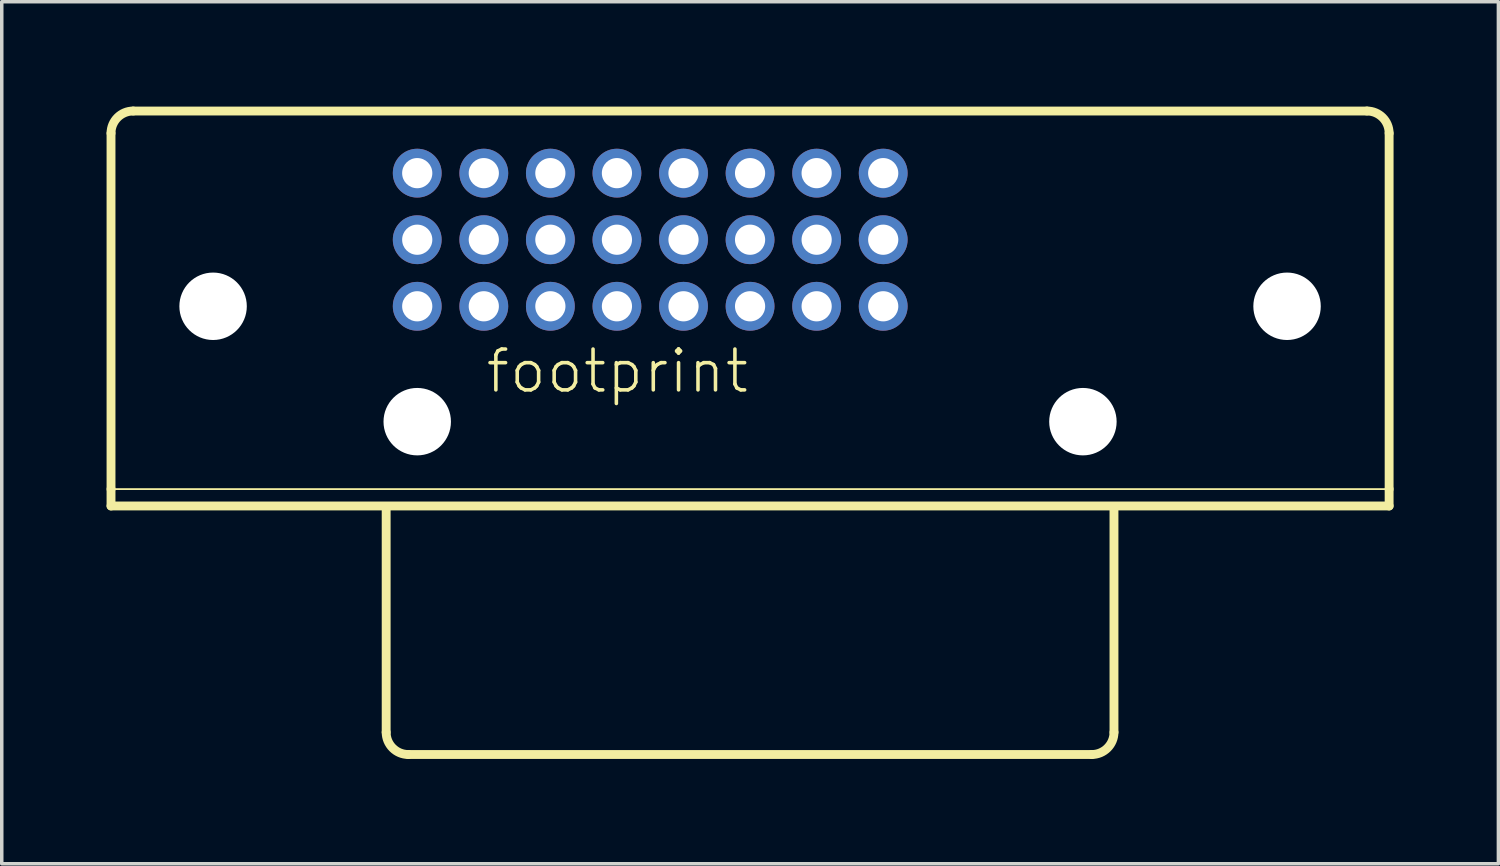
<source format=kicad_pcb>
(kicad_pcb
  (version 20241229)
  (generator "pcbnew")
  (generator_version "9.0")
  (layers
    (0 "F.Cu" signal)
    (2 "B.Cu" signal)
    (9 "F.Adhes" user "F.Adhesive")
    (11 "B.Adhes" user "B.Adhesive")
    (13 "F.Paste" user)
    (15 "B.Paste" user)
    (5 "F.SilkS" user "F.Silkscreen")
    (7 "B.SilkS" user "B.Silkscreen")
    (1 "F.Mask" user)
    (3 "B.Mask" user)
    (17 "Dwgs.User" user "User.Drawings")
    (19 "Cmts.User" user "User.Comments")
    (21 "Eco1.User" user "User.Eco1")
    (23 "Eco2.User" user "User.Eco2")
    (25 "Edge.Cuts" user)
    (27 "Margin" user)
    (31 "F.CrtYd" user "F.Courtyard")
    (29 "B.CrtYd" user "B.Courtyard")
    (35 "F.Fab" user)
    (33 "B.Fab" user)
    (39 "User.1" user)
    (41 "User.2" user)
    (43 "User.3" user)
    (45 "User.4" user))
  (footprint "footprint"
    (layer "F.Cu")
    (at 18.415 8.89)
    (property "Reference" "footprint" (at -7.62 -0.635 0) (layer "F.SilkS") (effects (font (size 1.168 1.168) (thickness 0.102)) (justify left bottom)))
    (fp_line (start -18.288 -8.128) (end -18.288 2.057) (stroke (width 0.254) (type solid)) (layer "F.SilkS"))
    (fp_line (start -18.288 2.057) (end -18.288 2.54) (stroke (width 0.254) (type solid)) (layer "F.SilkS"))
    (fp_line (start -18.288 2.057) (end 18.288 2.057) (stroke (width 0.051) (type solid)) (layer "F.SilkS"))
    (fp_line (start -18.288 2.54) (end 18.288 2.54) (stroke (width 0.254) (type solid)) (layer "F.SilkS"))
    (fp_line (start -10.414 2.667) (end -10.414 9.017) (stroke (width 0.254) (type solid)) (layer "F.SilkS"))
    (fp_line (start -9.779 9.652) (end 9.779 9.652) (stroke (width 0.254) (type solid)) (layer "F.SilkS"))
    (fp_line (start 10.414 9.017) (end 10.414 2.667) (stroke (width 0.254) (type solid)) (layer "F.SilkS"))
    (fp_line (start 17.653 -8.763) (end -17.653 -8.763) (stroke (width 0.254) (type solid)) (layer "F.SilkS"))
    (fp_line (start 18.288 2.057) (end 18.288 -8.128) (stroke (width 0.254) (type solid)) (layer "F.SilkS"))
    (fp_line (start 18.288 2.54) (end 18.288 2.057) (stroke (width 0.254) (type solid)) (layer "F.SilkS"))
    (fp_arc (start -18.288 -8.128) (mid -18.102013 -8.577013) (end -17.653 -8.763) (stroke (width 0.254) (type solid)) (layer "F.SilkS"))
    (fp_arc (start -9.779 9.652) (mid -10.228013 9.466013) (end -10.414 9.017) (stroke (width 0.254) (type solid)) (layer "F.SilkS"))
    (fp_arc (start 10.414 9.017) (mid 10.228013 9.466013) (end 9.779 9.652) (stroke (width 0.254) (type solid)) (layer "F.SilkS"))
    (fp_arc (start 17.653 -8.763) (mid 18.102013 -8.577013) (end 18.288 -8.128) (stroke (width 0.254) (type solid)) (layer "F.SilkS"))
    (pad "" np_thru_hole circle (at -15.367 -3.175) (size 1.93 1.93) (drill 1.93) (layers "*.Cu" "*.Mask"))
    (pad "" np_thru_hole circle (at -9.525 0.127) (size 1.93 1.93) (drill 1.93) (layers "*.Cu" "*.Mask"))
    (pad "" np_thru_hole circle (at 9.525 0.127) (size 1.93 1.93) (drill 1.93) (layers "*.Cu" "*.Mask"))
    (pad "" np_thru_hole circle (at 15.367 -3.175) (size 1.93 1.93) (drill 1.93) (layers "*.Cu" "*.Mask"))
    (pad "1" thru_hole circle (at -9.525 -6.985) (size 1.397 1.397) (drill 0.864) (layers "*.Cu" "*.Mask"))
    (pad "2" thru_hole circle (at -7.62 -6.985) (size 1.397 1.397) (drill 0.864) (layers "*.Cu" "*.Mask"))
    (pad "3" thru_hole circle (at -5.715 -6.985) (size 1.397 1.397) (drill 0.864) (layers "*.Cu" "*.Mask"))
    (pad "4" thru_hole circle (at -3.81 -6.985) (size 1.397 1.397) (drill 0.864) (layers "*.Cu" "*.Mask"))
    (pad "5" thru_hole circle (at -1.905 -6.985) (size 1.397 1.397) (drill 0.864) (layers "*.Cu" "*.Mask"))
    (pad "6" thru_hole circle (at 0 -6.985) (size 1.397 1.397) (drill 0.864) (layers "*.Cu" "*.Mask"))
    (pad "7" thru_hole circle (at 1.905 -6.985) (size 1.397 1.397) (drill 0.864) (layers "*.Cu" "*.Mask"))
    (pad "8" thru_hole circle (at 3.81 -6.985) (size 1.397 1.397) (drill 0.864) (layers "*.Cu" "*.Mask"))
    (pad "9" thru_hole circle (at -9.525 -5.08) (size 1.397 1.397) (drill 0.864) (layers "*.Cu" "*.Mask"))
    (pad "10" thru_hole circle (at -7.62 -5.08) (size 1.397 1.397) (drill 0.864) (layers "*.Cu" "*.Mask"))
    (pad "11" thru_hole circle (at -5.715 -5.08) (size 1.397 1.397) (drill 0.864) (layers "*.Cu" "*.Mask"))
    (pad "12" thru_hole circle (at -3.81 -5.08) (size 1.397 1.397) (drill 0.864) (layers "*.Cu" "*.Mask"))
    (pad "13" thru_hole circle (at -1.905 -5.08) (size 1.397 1.397) (drill 0.864) (layers "*.Cu" "*.Mask"))
    (pad "14" thru_hole circle (at 0 -5.08) (size 1.397 1.397) (drill 0.864) (layers "*.Cu" "*.Mask"))
    (pad "15" thru_hole circle (at 1.905 -5.08) (size 1.397 1.397) (drill 0.864) (layers "*.Cu" "*.Mask"))
    (pad "16" thru_hole circle (at 3.81 -5.08) (size 1.397 1.397) (drill 0.864) (layers "*.Cu" "*.Mask"))
    (pad "17" thru_hole circle (at -9.525 -3.175) (size 1.397 1.397) (drill 0.864) (layers "*.Cu" "*.Mask"))
    (pad "18" thru_hole circle (at -7.62 -3.175) (size 1.397 1.397) (drill 0.864) (layers "*.Cu" "*.Mask"))
    (pad "19" thru_hole circle (at -5.715 -3.175) (size 1.397 1.397) (drill 0.864) (layers "*.Cu" "*.Mask"))
    (pad "20" thru_hole circle (at -3.81 -3.175) (size 1.397 1.397) (drill 0.864) (layers "*.Cu" "*.Mask"))
    (pad "21" thru_hole circle (at -1.905 -3.175) (size 1.397 1.397) (drill 0.864) (layers "*.Cu" "*.Mask"))
    (pad "22" thru_hole circle (at 0 -3.175) (size 1.397 1.397) (drill 0.864) (layers "*.Cu" "*.Mask"))
    (pad "23" thru_hole circle (at 1.905 -3.175) (size 1.397 1.397) (drill 0.864) (layers "*.Cu" "*.Mask"))
    (pad "24" thru_hole circle (at 3.81 -3.175) (size 1.397 1.397) (drill 0.864) (layers "*.Cu" "*.Mask")))
  (gr_rect
    (start -3 -3)
    (end 39.83 21.669)
    (stroke (width 0.1) (type default))
    (fill no)
    (layer "Edge.Cuts")))
</source>
